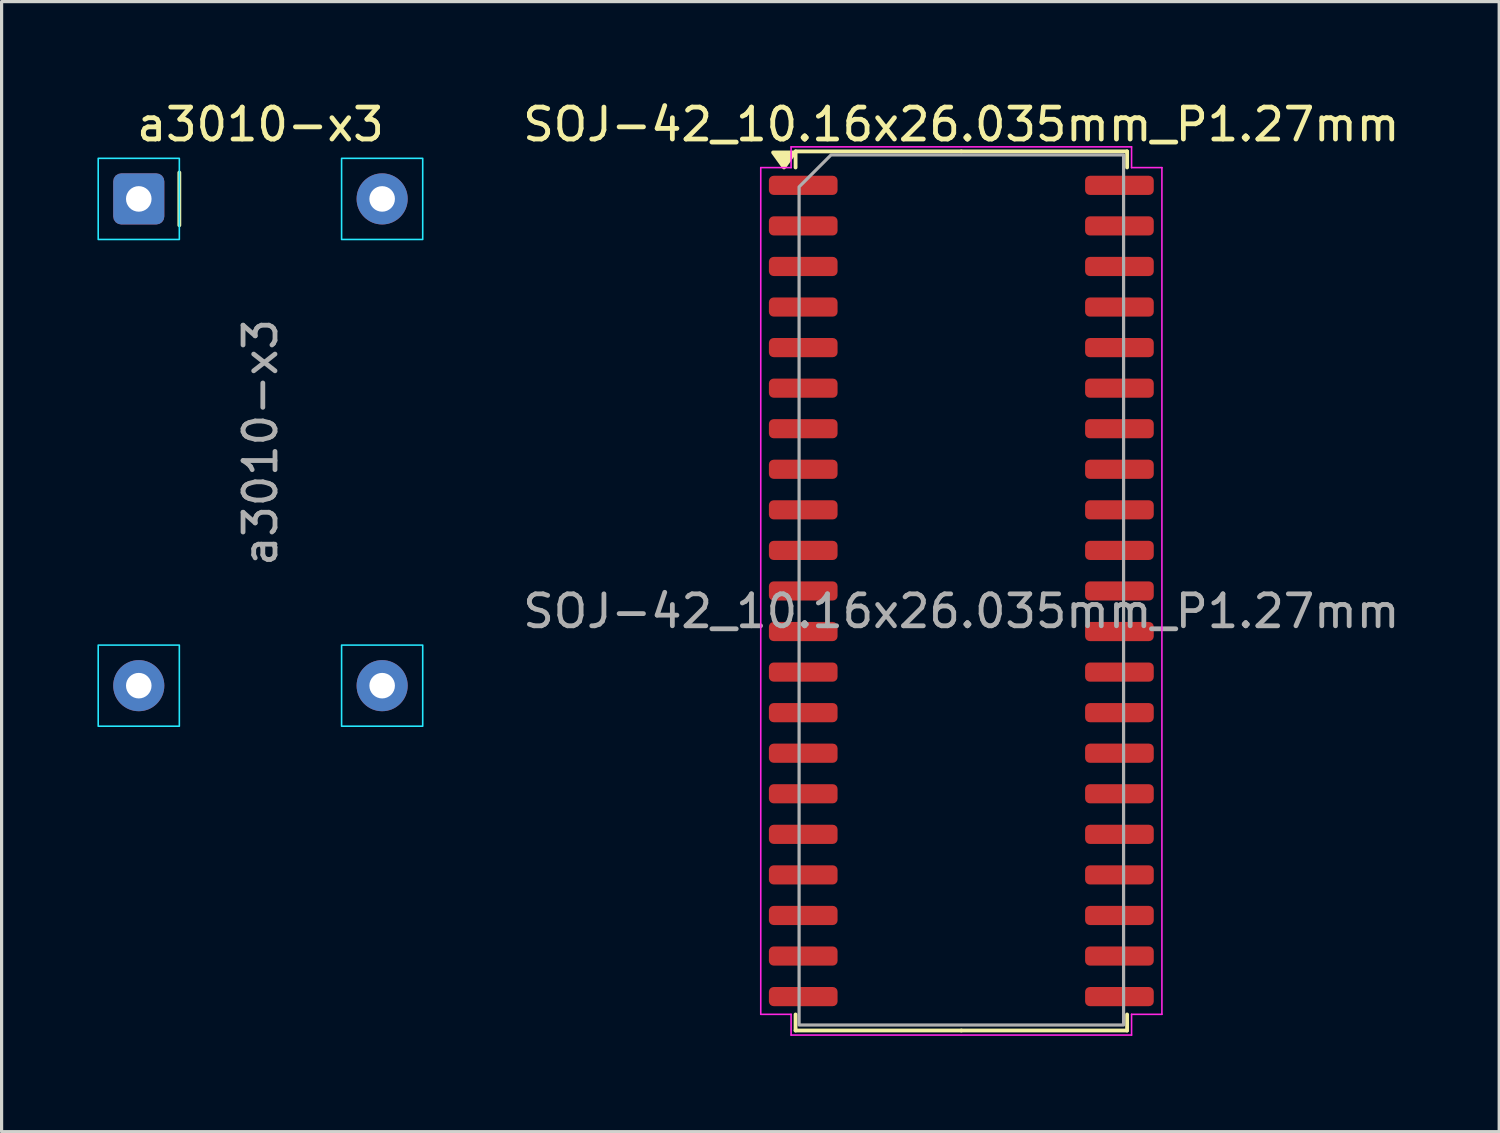
<source format=kicad_pcb>
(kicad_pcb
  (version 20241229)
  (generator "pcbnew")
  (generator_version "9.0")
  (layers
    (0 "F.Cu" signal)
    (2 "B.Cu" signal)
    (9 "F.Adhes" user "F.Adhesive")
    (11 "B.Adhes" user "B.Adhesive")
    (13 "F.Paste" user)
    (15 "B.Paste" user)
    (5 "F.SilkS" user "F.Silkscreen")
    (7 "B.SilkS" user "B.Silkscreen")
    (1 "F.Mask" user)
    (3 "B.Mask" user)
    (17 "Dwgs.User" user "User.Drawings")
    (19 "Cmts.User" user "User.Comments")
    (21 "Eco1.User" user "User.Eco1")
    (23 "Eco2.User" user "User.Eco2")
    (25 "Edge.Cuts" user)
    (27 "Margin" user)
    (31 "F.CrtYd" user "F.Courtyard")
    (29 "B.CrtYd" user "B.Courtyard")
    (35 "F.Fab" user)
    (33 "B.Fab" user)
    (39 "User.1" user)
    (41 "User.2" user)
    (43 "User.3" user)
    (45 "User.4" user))
  (footprint "a3010-x3"
    (layer "F.Cu")
    (at 1.295 3.178)
    (property "Reference" "a3010-x3" (at 3.81 -2.33 0) (layer "F.SilkS") (effects (font (size 1 1) (thickness 0.15))))
    (attr through_hole)
    (fp_line (start 1.27 -0.825) (end 1.27 0.825) (stroke (width 0.12) (type solid)) (layer "F.SilkS"))
    (fp_rect (start -1.27 -1.27) (end 1.27 1.27) (stroke (width 0.05) (type default)) (fill no) (layer "B.CrtYd"))
    (fp_rect (start -1.27 13.97) (end 1.27 16.51) (stroke (width 0.05) (type default)) (fill no) (layer "B.CrtYd"))
    (fp_rect (start 6.35 -1.27) (end 8.89 1.27) (stroke (width 0.05) (type default)) (fill no) (layer "B.CrtYd"))
    (fp_rect (start 6.35 13.97) (end 8.89 16.51) (stroke (width 0.05) (type default)) (fill no) (layer "B.CrtYd"))
    (fp_text user "${REFERENCE}" (at 3.81 7.62 90) (layer "F.Fab") (effects (font (size 1 1) (thickness 0.15))))
    (pad "1" thru_hole roundrect (at 0 0) (size 1.6 1.6) (drill 0.8) (layers "*.Cu" "*.Mask") (roundrect_rratio 0.156))
    (pad "7" thru_hole circle (at 0 15.24) (size 1.6 1.6) (drill 0.8) (layers "*.Cu" "*.Mask"))
    (pad "8" thru_hole circle (at 7.62 15.24) (size 1.6 1.6) (drill 0.8) (layers "*.Cu" "*.Mask"))
    (pad "14" thru_hole circle (at 7.62 0) (size 1.6 1.6) (drill 0.8) (layers "*.Cu" "*.Mask")))
  (footprint "SOJ-42_10.16x26.035mm_P1.27mm"
    (layer "F.Cu")
    (at 27.049 16.088)
    (property "Reference" "SOJ-42_10.16x26.035mm_P1.27mm" (at 0 -15.24 0) (layer "F.SilkS") (effects (font (size 1 1) (thickness 0.15))))
    (attr smd)
    (fp_line (start -5.19 -14.398) (end -5.19 -13.895) (stroke (width 0.12) (type solid)) (layer "F.SilkS"))
    (fp_line (start -5.19 13.127) (end -5.19 12.625) (stroke (width 0.12) (type solid)) (layer "F.SilkS"))
    (fp_line (start 0 -14.398) (end -5.19 -14.398) (stroke (width 0.12) (type solid)) (layer "F.SilkS"))
    (fp_line (start 0 -14.398) (end 5.19 -14.398) (stroke (width 0.12) (type solid)) (layer "F.SilkS"))
    (fp_line (start 0 13.127) (end -5.19 13.127) (stroke (width 0.12) (type solid)) (layer "F.SilkS"))
    (fp_line (start 0 13.127) (end 5.19 13.127) (stroke (width 0.12) (type solid)) (layer "F.SilkS"))
    (fp_line (start 5.19 -14.398) (end 5.19 -13.895) (stroke (width 0.12) (type solid)) (layer "F.SilkS"))
    (fp_line (start 5.19 13.127) (end 5.19 12.625) (stroke (width 0.12) (type solid)) (layer "F.SilkS"))
    (fp_poly (pts (xy -5.553 -13.895) (xy -5.893 -14.365) (xy -5.213 -14.365)) (stroke (width 0.12) (type solid)) (fill yes) (layer "F.SilkS"))
    (fp_line (start -6.28 -13.89) (end -5.33 -13.89) (stroke (width 0.05) (type solid)) (layer "F.CrtYd"))
    (fp_line (start -6.28 12.62) (end -6.28 -13.89) (stroke (width 0.05) (type solid)) (layer "F.CrtYd"))
    (fp_line (start -5.33 -14.54) (end 5.33 -14.54) (stroke (width 0.05) (type solid)) (layer "F.CrtYd"))
    (fp_line (start -5.33 -13.89) (end -5.33 -14.54) (stroke (width 0.05) (type solid)) (layer "F.CrtYd"))
    (fp_line (start -5.33 12.62) (end -6.28 12.62) (stroke (width 0.05) (type solid)) (layer "F.CrtYd"))
    (fp_line (start -5.33 13.27) (end -5.33 12.62) (stroke (width 0.05) (type solid)) (layer "F.CrtYd"))
    (fp_line (start 5.33 -14.54) (end 5.33 -13.89) (stroke (width 0.05) (type solid)) (layer "F.CrtYd"))
    (fp_line (start 5.33 -13.89) (end 6.28 -13.89) (stroke (width 0.05) (type solid)) (layer "F.CrtYd"))
    (fp_line (start 5.33 12.62) (end 5.33 13.27) (stroke (width 0.05) (type solid)) (layer "F.CrtYd"))
    (fp_line (start 5.33 13.27) (end -5.33 13.27) (stroke (width 0.05) (type solid)) (layer "F.CrtYd"))
    (fp_line (start 6.28 -13.89) (end 6.28 12.62) (stroke (width 0.05) (type solid)) (layer "F.CrtYd"))
    (fp_line (start 6.28 12.62) (end 5.33 12.62) (stroke (width 0.05) (type solid)) (layer "F.CrtYd"))
    (fp_poly (pts (xy -5.08 -13.287) (xy -5.08 12.954) (xy 5.08 12.954) (xy 5.08 -14.287) (xy -4.08 -14.287)) (stroke (width 0.1) (type solid)) (fill no) (layer "F.Fab"))
    (fp_text user "${REFERENCE}" (at 0 0 0) (layer "F.Fab") (effects (font (size 1 1) (thickness 0.15))))
    (pad "1" smd roundrect (at -4.95 -13.335) (size 2.15 0.6) (layers "F.Cu" "F.Mask" "F.Paste") (roundrect_rratio 0.25))
    (pad "2" smd roundrect (at -4.95 -12.065) (size 2.15 0.6) (layers "F.Cu" "F.Mask" "F.Paste") (roundrect_rratio 0.25))
    (pad "3" smd roundrect (at -4.95 -10.795) (size 2.15 0.6) (layers "F.Cu" "F.Mask" "F.Paste") (roundrect_rratio 0.25))
    (pad "4" smd roundrect (at -4.95 -9.525) (size 2.15 0.6) (layers "F.Cu" "F.Mask" "F.Paste") (roundrect_rratio 0.25))
    (pad "5" smd roundrect (at -4.95 -8.255) (size 2.15 0.6) (layers "F.Cu" "F.Mask" "F.Paste") (roundrect_rratio 0.25))
    (pad "6" smd roundrect (at -4.95 -6.985) (size 2.15 0.6) (layers "F.Cu" "F.Mask" "F.Paste") (roundrect_rratio 0.25))
    (pad "7" smd roundrect (at -4.95 -5.715) (size 2.15 0.6) (layers "F.Cu" "F.Mask" "F.Paste") (roundrect_rratio 0.25))
    (pad "8" smd roundrect (at -4.95 -4.445) (size 2.15 0.6) (layers "F.Cu" "F.Mask" "F.Paste") (roundrect_rratio 0.25))
    (pad "9" smd roundrect (at -4.95 -3.175) (size 2.15 0.6) (layers "F.Cu" "F.Mask" "F.Paste") (roundrect_rratio 0.25))
    (pad "10" smd roundrect (at -4.95 -1.905) (size 2.15 0.6) (layers "F.Cu" "F.Mask" "F.Paste") (roundrect_rratio 0.25))
    (pad "11" smd roundrect (at -4.95 -0.635) (size 2.15 0.6) (layers "F.Cu" "F.Mask" "F.Paste") (roundrect_rratio 0.25))
    (pad "12" smd roundrect (at -4.95 0.635) (size 2.15 0.6) (layers "F.Cu" "F.Mask" "F.Paste") (roundrect_rratio 0.25))
    (pad "13" smd roundrect (at -4.95 1.905) (size 2.15 0.6) (layers "F.Cu" "F.Mask" "F.Paste") (roundrect_rratio 0.25))
    (pad "14" smd roundrect (at -4.95 3.175) (size 2.15 0.6) (layers "F.Cu" "F.Mask" "F.Paste") (roundrect_rratio 0.25))
    (pad "15" smd roundrect (at -4.95 4.445) (size 2.15 0.6) (layers "F.Cu" "F.Mask" "F.Paste") (roundrect_rratio 0.25))
    (pad "16" smd roundrect (at -4.95 5.715) (size 2.15 0.6) (layers "F.Cu" "F.Mask" "F.Paste") (roundrect_rratio 0.25))
    (pad "17" smd roundrect (at -4.95 6.985) (size 2.15 0.6) (layers "F.Cu" "F.Mask" "F.Paste") (roundrect_rratio 0.25))
    (pad "18" smd roundrect (at -4.95 8.255) (size 2.15 0.6) (layers "F.Cu" "F.Mask" "F.Paste") (roundrect_rratio 0.25))
    (pad "19" smd roundrect (at -4.95 9.525) (size 2.15 0.6) (layers "F.Cu" "F.Mask" "F.Paste") (roundrect_rratio 0.25))
    (pad "20" smd roundrect (at -4.95 10.795) (size 2.15 0.6) (layers "F.Cu" "F.Mask" "F.Paste") (roundrect_rratio 0.25))
    (pad "21" smd roundrect (at -4.95 12.065) (size 2.15 0.6) (layers "F.Cu" "F.Mask" "F.Paste") (roundrect_rratio 0.25))
    (pad "22" smd roundrect (at 4.95 12.065) (size 2.15 0.6) (layers "F.Cu" "F.Mask" "F.Paste") (roundrect_rratio 0.25))
    (pad "23" smd roundrect (at 4.95 10.795) (size 2.15 0.6) (layers "F.Cu" "F.Mask" "F.Paste") (roundrect_rratio 0.25))
    (pad "24" smd roundrect (at 4.95 9.525) (size 2.15 0.6) (layers "F.Cu" "F.Mask" "F.Paste") (roundrect_rratio 0.25))
    (pad "25" smd roundrect (at 4.95 8.255) (size 2.15 0.6) (layers "F.Cu" "F.Mask" "F.Paste") (roundrect_rratio 0.25))
    (pad "26" smd roundrect (at 4.95 6.985) (size 2.15 0.6) (layers "F.Cu" "F.Mask" "F.Paste") (roundrect_rratio 0.25))
    (pad "27" smd roundrect (at 4.95 5.715) (size 2.15 0.6) (layers "F.Cu" "F.Mask" "F.Paste") (roundrect_rratio 0.25))
    (pad "28" smd roundrect (at 4.95 4.445) (size 2.15 0.6) (layers "F.Cu" "F.Mask" "F.Paste") (roundrect_rratio 0.25))
    (pad "29" smd roundrect (at 4.95 3.175) (size 2.15 0.6) (layers "F.Cu" "F.Mask" "F.Paste") (roundrect_rratio 0.25))
    (pad "30" smd roundrect (at 4.95 1.905) (size 2.15 0.6) (layers "F.Cu" "F.Mask" "F.Paste") (roundrect_rratio 0.25))
    (pad "31" smd roundrect (at 4.95 0.635) (size 2.15 0.6) (layers "F.Cu" "F.Mask" "F.Paste") (roundrect_rratio 0.25))
    (pad "32" smd roundrect (at 4.95 -0.635) (size 2.15 0.6) (layers "F.Cu" "F.Mask" "F.Paste") (roundrect_rratio 0.25))
    (pad "33" smd roundrect (at 4.95 -1.905) (size 2.15 0.6) (layers "F.Cu" "F.Mask" "F.Paste") (roundrect_rratio 0.25))
    (pad "34" smd roundrect (at 4.95 -3.175) (size 2.15 0.6) (layers "F.Cu" "F.Mask" "F.Paste") (roundrect_rratio 0.25))
    (pad "35" smd roundrect (at 4.95 -4.445) (size 2.15 0.6) (layers "F.Cu" "F.Mask" "F.Paste") (roundrect_rratio 0.25))
    (pad "36" smd roundrect (at 4.95 -5.715) (size 2.15 0.6) (layers "F.Cu" "F.Mask" "F.Paste") (roundrect_rratio 0.25))
    (pad "37" smd roundrect (at 4.95 -6.985) (size 2.15 0.6) (layers "F.Cu" "F.Mask" "F.Paste") (roundrect_rratio 0.25))
    (pad "38" smd roundrect (at 4.95 -8.255) (size 2.15 0.6) (layers "F.Cu" "F.Mask" "F.Paste") (roundrect_rratio 0.25))
    (pad "39" smd roundrect (at 4.95 -9.525) (size 2.15 0.6) (layers "F.Cu" "F.Mask" "F.Paste") (roundrect_rratio 0.25))
    (pad "40" smd roundrect (at 4.95 -10.795) (size 2.15 0.6) (layers "F.Cu" "F.Mask" "F.Paste") (roundrect_rratio 0.25))
    (pad "41" smd roundrect (at 4.95 -12.065) (size 2.15 0.6) (layers "F.Cu" "F.Mask" "F.Paste") (roundrect_rratio 0.25))
    (pad "42" smd roundrect (at 4.95 -13.335) (size 2.15 0.6) (layers "F.Cu" "F.Mask" "F.Paste") (roundrect_rratio 0.25)))
  (gr_rect
    (start -3 -3)
    (end 43.889 32.383)
    (stroke (width 0.1) (type default))
    (fill no)
    (layer "Edge.Cuts")))
</source>
